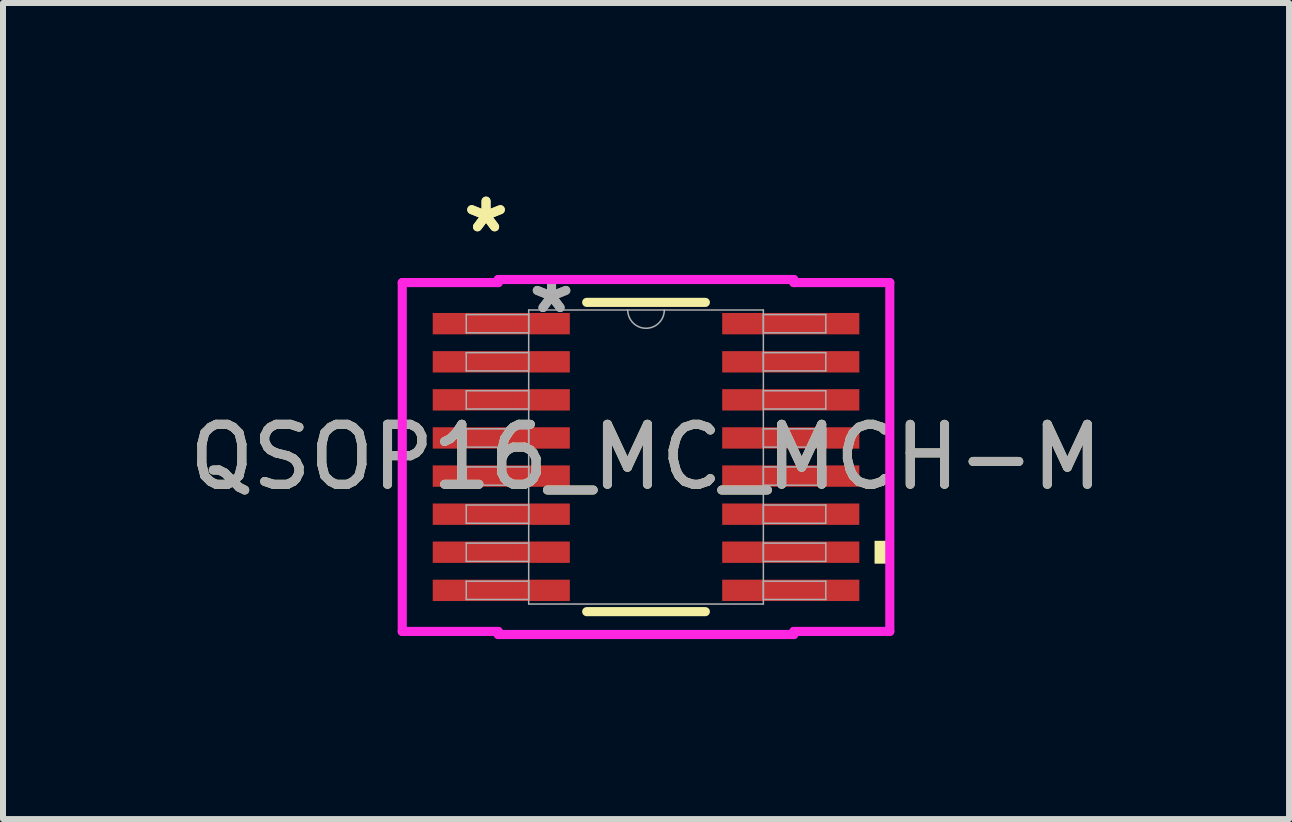
<source format=kicad_pcb>
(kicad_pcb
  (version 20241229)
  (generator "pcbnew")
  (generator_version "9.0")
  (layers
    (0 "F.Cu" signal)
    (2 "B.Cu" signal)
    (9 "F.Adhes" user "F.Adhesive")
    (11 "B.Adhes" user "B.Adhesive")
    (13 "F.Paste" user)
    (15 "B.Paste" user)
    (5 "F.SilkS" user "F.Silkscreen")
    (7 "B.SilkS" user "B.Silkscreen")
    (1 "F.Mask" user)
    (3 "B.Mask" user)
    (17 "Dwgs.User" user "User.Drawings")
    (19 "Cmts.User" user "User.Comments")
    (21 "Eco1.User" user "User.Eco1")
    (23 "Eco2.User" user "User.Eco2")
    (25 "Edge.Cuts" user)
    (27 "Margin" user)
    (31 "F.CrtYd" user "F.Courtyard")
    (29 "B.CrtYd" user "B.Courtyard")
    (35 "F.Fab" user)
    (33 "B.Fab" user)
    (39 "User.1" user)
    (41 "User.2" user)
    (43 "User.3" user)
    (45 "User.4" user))
  (footprint "QSOP16_MC_MCH-M"
    (layer "F.Cu")
    (at 7.72 4.569)
    (property "Reference" "QSOP16_MC_MCH-M" (at 0 0 0) (unlocked yes) (layer "F.SilkS") (effects (font (size 1 1) (thickness 0.15))))
    (attr smd)
    (fp_line (start -0.989 2.578) (end 0.989 2.578) (stroke (width 0.152) (type solid)) (layer "F.SilkS"))
    (fp_line (start 0.989 -2.578) (end -0.989 -2.578) (stroke (width 0.152) (type solid)) (layer "F.SilkS"))
    (fp_poly (pts (xy 4.064 1.397) (xy 4.064 1.778) (xy 3.81 1.778) (xy 3.81 1.397)) (stroke (width 0) (type solid)) (fill yes) (layer "F.SilkS"))
    (fp_line (start -4.064 -2.908) (end -2.464 -2.908) (stroke (width 0.152) (type solid)) (layer "F.CrtYd"))
    (fp_line (start -4.064 2.908) (end -4.064 -2.908) (stroke (width 0.152) (type solid)) (layer "F.CrtYd"))
    (fp_line (start -4.064 2.908) (end -2.464 2.908) (stroke (width 0.152) (type solid)) (layer "F.CrtYd"))
    (fp_line (start -2.464 -2.959) (end 2.464 -2.959) (stroke (width 0.152) (type solid)) (layer "F.CrtYd"))
    (fp_line (start -2.464 -2.908) (end -2.464 -2.959) (stroke (width 0.152) (type solid)) (layer "F.CrtYd"))
    (fp_line (start -2.464 2.959) (end -2.464 2.908) (stroke (width 0.152) (type solid)) (layer "F.CrtYd"))
    (fp_line (start 2.464 -2.959) (end 2.464 -2.908) (stroke (width 0.152) (type solid)) (layer "F.CrtYd"))
    (fp_line (start 2.464 2.908) (end 2.464 2.959) (stroke (width 0.152) (type solid)) (layer "F.CrtYd"))
    (fp_line (start 2.464 2.959) (end -2.464 2.959) (stroke (width 0.152) (type solid)) (layer "F.CrtYd"))
    (fp_line (start 4.064 -2.908) (end 2.464 -2.908) (stroke (width 0.152) (type solid)) (layer "F.CrtYd"))
    (fp_line (start 4.064 -2.908) (end 4.064 2.908) (stroke (width 0.152) (type solid)) (layer "F.CrtYd"))
    (fp_line (start 4.064 2.908) (end 2.464 2.908) (stroke (width 0.152) (type solid)) (layer "F.CrtYd"))
    (fp_line (start -2.997 -2.375) (end -2.997 -2.07) (stroke (width 0.025) (type solid)) (layer "F.Fab"))
    (fp_line (start -2.997 -2.07) (end -1.956 -2.07) (stroke (width 0.025) (type solid)) (layer "F.Fab"))
    (fp_line (start -2.997 -1.74) (end -2.997 -1.435) (stroke (width 0.025) (type solid)) (layer "F.Fab"))
    (fp_line (start -2.997 -1.435) (end -1.956 -1.435) (stroke (width 0.025) (type solid)) (layer "F.Fab"))
    (fp_line (start -2.997 -1.105) (end -2.997 -0.8) (stroke (width 0.025) (type solid)) (layer "F.Fab"))
    (fp_line (start -2.997 -0.8) (end -1.956 -0.8) (stroke (width 0.025) (type solid)) (layer "F.Fab"))
    (fp_line (start -2.997 -0.47) (end -2.997 -0.165) (stroke (width 0.025) (type solid)) (layer "F.Fab"))
    (fp_line (start -2.997 -0.165) (end -1.956 -0.165) (stroke (width 0.025) (type solid)) (layer "F.Fab"))
    (fp_line (start -2.997 0.165) (end -2.997 0.47) (stroke (width 0.025) (type solid)) (layer "F.Fab"))
    (fp_line (start -2.997 0.47) (end -1.956 0.47) (stroke (width 0.025) (type solid)) (layer "F.Fab"))
    (fp_line (start -2.997 0.8) (end -2.997 1.105) (stroke (width 0.025) (type solid)) (layer "F.Fab"))
    (fp_line (start -2.997 1.105) (end -1.956 1.105) (stroke (width 0.025) (type solid)) (layer "F.Fab"))
    (fp_line (start -2.997 1.435) (end -2.997 1.74) (stroke (width 0.025) (type solid)) (layer "F.Fab"))
    (fp_line (start -2.997 1.74) (end -1.956 1.74) (stroke (width 0.025) (type solid)) (layer "F.Fab"))
    (fp_line (start -2.997 2.07) (end -2.997 2.375) (stroke (width 0.025) (type solid)) (layer "F.Fab"))
    (fp_line (start -2.997 2.375) (end -1.956 2.375) (stroke (width 0.025) (type solid)) (layer "F.Fab"))
    (fp_line (start -1.956 -2.451) (end -1.956 2.451) (stroke (width 0.025) (type solid)) (layer "F.Fab"))
    (fp_line (start -1.956 -2.375) (end -2.997 -2.375) (stroke (width 0.025) (type solid)) (layer "F.Fab"))
    (fp_line (start -1.956 -2.07) (end -1.956 -2.375) (stroke (width 0.025) (type solid)) (layer "F.Fab"))
    (fp_line (start -1.956 -1.74) (end -2.997 -1.74) (stroke (width 0.025) (type solid)) (layer "F.Fab"))
    (fp_line (start -1.956 -1.435) (end -1.956 -1.74) (stroke (width 0.025) (type solid)) (layer "F.Fab"))
    (fp_line (start -1.956 -1.105) (end -2.997 -1.105) (stroke (width 0.025) (type solid)) (layer "F.Fab"))
    (fp_line (start -1.956 -0.8) (end -1.956 -1.105) (stroke (width 0.025) (type solid)) (layer "F.Fab"))
    (fp_line (start -1.956 -0.47) (end -2.997 -0.47) (stroke (width 0.025) (type solid)) (layer "F.Fab"))
    (fp_line (start -1.956 -0.165) (end -1.956 -0.47) (stroke (width 0.025) (type solid)) (layer "F.Fab"))
    (fp_line (start -1.956 0.165) (end -2.997 0.165) (stroke (width 0.025) (type solid)) (layer "F.Fab"))
    (fp_line (start -1.956 0.47) (end -1.956 0.165) (stroke (width 0.025) (type solid)) (layer "F.Fab"))
    (fp_line (start -1.956 0.8) (end -2.997 0.8) (stroke (width 0.025) (type solid)) (layer "F.Fab"))
    (fp_line (start -1.956 1.105) (end -1.956 0.8) (stroke (width 0.025) (type solid)) (layer "F.Fab"))
    (fp_line (start -1.956 1.435) (end -2.997 1.435) (stroke (width 0.025) (type solid)) (layer "F.Fab"))
    (fp_line (start -1.956 1.74) (end -1.956 1.435) (stroke (width 0.025) (type solid)) (layer "F.Fab"))
    (fp_line (start -1.956 2.07) (end -2.997 2.07) (stroke (width 0.025) (type solid)) (layer "F.Fab"))
    (fp_line (start -1.956 2.375) (end -1.956 2.07) (stroke (width 0.025) (type solid)) (layer "F.Fab"))
    (fp_line (start -1.956 2.451) (end 1.956 2.451) (stroke (width 0.025) (type solid)) (layer "F.Fab"))
    (fp_line (start 1.956 -2.451) (end -1.956 -2.451) (stroke (width 0.025) (type solid)) (layer "F.Fab"))
    (fp_line (start 1.956 -2.375) (end 1.956 -2.07) (stroke (width 0.025) (type solid)) (layer "F.Fab"))
    (fp_line (start 1.956 -2.07) (end 2.997 -2.07) (stroke (width 0.025) (type solid)) (layer "F.Fab"))
    (fp_line (start 1.956 -1.74) (end 1.956 -1.435) (stroke (width 0.025) (type solid)) (layer "F.Fab"))
    (fp_line (start 1.956 -1.435) (end 2.997 -1.435) (stroke (width 0.025) (type solid)) (layer "F.Fab"))
    (fp_line (start 1.956 -1.105) (end 1.956 -0.8) (stroke (width 0.025) (type solid)) (layer "F.Fab"))
    (fp_line (start 1.956 -0.8) (end 2.997 -0.8) (stroke (width 0.025) (type solid)) (layer "F.Fab"))
    (fp_line (start 1.956 -0.47) (end 1.956 -0.165) (stroke (width 0.025) (type solid)) (layer "F.Fab"))
    (fp_line (start 1.956 -0.165) (end 2.997 -0.165) (stroke (width 0.025) (type solid)) (layer "F.Fab"))
    (fp_line (start 1.956 0.165) (end 1.956 0.47) (stroke (width 0.025) (type solid)) (layer "F.Fab"))
    (fp_line (start 1.956 0.47) (end 2.997 0.47) (stroke (width 0.025) (type solid)) (layer "F.Fab"))
    (fp_line (start 1.956 0.8) (end 1.956 1.105) (stroke (width 0.025) (type solid)) (layer "F.Fab"))
    (fp_line (start 1.956 1.105) (end 2.997 1.105) (stroke (width 0.025) (type solid)) (layer "F.Fab"))
    (fp_line (start 1.956 1.435) (end 1.956 1.74) (stroke (width 0.025) (type solid)) (layer "F.Fab"))
    (fp_line (start 1.956 1.74) (end 2.997 1.74) (stroke (width 0.025) (type solid)) (layer "F.Fab"))
    (fp_line (start 1.956 2.07) (end 1.956 2.375) (stroke (width 0.025) (type solid)) (layer "F.Fab"))
    (fp_line (start 1.956 2.375) (end 2.997 2.375) (stroke (width 0.025) (type solid)) (layer "F.Fab"))
    (fp_line (start 1.956 2.451) (end 1.956 -2.451) (stroke (width 0.025) (type solid)) (layer "F.Fab"))
    (fp_line (start 2.997 -2.375) (end 1.956 -2.375) (stroke (width 0.025) (type solid)) (layer "F.Fab"))
    (fp_line (start 2.997 -2.07) (end 2.997 -2.375) (stroke (width 0.025) (type solid)) (layer "F.Fab"))
    (fp_line (start 2.997 -1.74) (end 1.956 -1.74) (stroke (width 0.025) (type solid)) (layer "F.Fab"))
    (fp_line (start 2.997 -1.435) (end 2.997 -1.74) (stroke (width 0.025) (type solid)) (layer "F.Fab"))
    (fp_line (start 2.997 -1.105) (end 1.956 -1.105) (stroke (width 0.025) (type solid)) (layer "F.Fab"))
    (fp_line (start 2.997 -0.8) (end 2.997 -1.105) (stroke (width 0.025) (type solid)) (layer "F.Fab"))
    (fp_line (start 2.997 -0.47) (end 1.956 -0.47) (stroke (width 0.025) (type solid)) (layer "F.Fab"))
    (fp_line (start 2.997 -0.165) (end 2.997 -0.47) (stroke (width 0.025) (type solid)) (layer "F.Fab"))
    (fp_line (start 2.997 0.165) (end 1.956 0.165) (stroke (width 0.025) (type solid)) (layer "F.Fab"))
    (fp_line (start 2.997 0.47) (end 2.997 0.165) (stroke (width 0.025) (type solid)) (layer "F.Fab"))
    (fp_line (start 2.997 0.8) (end 1.956 0.8) (stroke (width 0.025) (type solid)) (layer "F.Fab"))
    (fp_line (start 2.997 1.105) (end 2.997 0.8) (stroke (width 0.025) (type solid)) (layer "F.Fab"))
    (fp_line (start 2.997 1.435) (end 1.956 1.435) (stroke (width 0.025) (type solid)) (layer "F.Fab"))
    (fp_line (start 2.997 1.74) (end 2.997 1.435) (stroke (width 0.025) (type solid)) (layer "F.Fab"))
    (fp_line (start 2.997 2.07) (end 1.956 2.07) (stroke (width 0.025) (type solid)) (layer "F.Fab"))
    (fp_line (start 2.997 2.375) (end 2.997 2.07) (stroke (width 0.025) (type solid)) (layer "F.Fab"))
    (fp_arc (start 0.3048 -2.4511) (mid 0 -2.1463) (end -0.3048 -2.4511) (stroke (width 0.0254) (type solid)) (layer "F.Fab"))
    (fp_text user "*" (at -2.667 -3.721 0) (layer "F.SilkS") (effects (font (size 1 1) (thickness 0.15))))
    (fp_text user "*" (at -2.667 -3.721 0) (unlocked yes) (layer "F.SilkS") (effects (font (size 1 1) (thickness 0.15))))
    (fp_text user "*" (at -1.575 -2.375 0) (unlocked yes) (layer "F.Fab") (effects (font (size 1 1) (thickness 0.15))))
    (fp_text user "*" (at -1.575 -2.375 0) (layer "F.Fab") (effects (font (size 1 1) (thickness 0.15))))
    (fp_text user "${REFERENCE}" (at 0 0 0) (unlocked yes) (layer "F.Fab") (effects (font (size 1 1) (thickness 0.15))))
    (pad "1" smd rect (at -2.413 -2.223) (size 2.286 0.356) (layers "F.Cu" "F.Mask" "F.Paste"))
    (pad "2" smd rect (at -2.413 -1.587) (size 2.286 0.356) (layers "F.Cu" "F.Mask" "F.Paste"))
    (pad "3" smd rect (at -2.413 -0.953) (size 2.286 0.356) (layers "F.Cu" "F.Mask" "F.Paste"))
    (pad "4" smd rect (at -2.413 -0.318) (size 2.286 0.356) (layers "F.Cu" "F.Mask" "F.Paste"))
    (pad "5" smd rect (at -2.413 0.318) (size 2.286 0.356) (layers "F.Cu" "F.Mask" "F.Paste"))
    (pad "6" smd rect (at -2.413 0.953) (size 2.286 0.356) (layers "F.Cu" "F.Mask" "F.Paste"))
    (pad "7" smd rect (at -2.413 1.587) (size 2.286 0.356) (layers "F.Cu" "F.Mask" "F.Paste"))
    (pad "8" smd rect (at -2.413 2.223) (size 2.286 0.356) (layers "F.Cu" "F.Mask" "F.Paste"))
    (pad "9" smd rect (at 2.413 2.223) (size 2.286 0.356) (layers "F.Cu" "F.Mask" "F.Paste"))
    (pad "10" smd rect (at 2.413 1.587) (size 2.286 0.356) (layers "F.Cu" "F.Mask" "F.Paste"))
    (pad "11" smd rect (at 2.413 0.953) (size 2.286 0.356) (layers "F.Cu" "F.Mask" "F.Paste"))
    (pad "12" smd rect (at 2.413 0.318) (size 2.286 0.356) (layers "F.Cu" "F.Mask" "F.Paste"))
    (pad "13" smd rect (at 2.413 -0.318) (size 2.286 0.356) (layers "F.Cu" "F.Mask" "F.Paste"))
    (pad "14" smd rect (at 2.413 -0.953) (size 2.286 0.356) (layers "F.Cu" "F.Mask" "F.Paste"))
    (pad "15" smd rect (at 2.413 -1.587) (size 2.286 0.356) (layers "F.Cu" "F.Mask" "F.Paste"))
    (pad "16" smd rect (at 2.413 -2.223) (size 2.286 0.356) (layers "F.Cu" "F.Mask" "F.Paste")))
  (gr_rect
    (start -3 -3)
    (end 18.44 10.605)
    (stroke (width 0.1) (type default))
    (fill no)
    (layer "Edge.Cuts")))
</source>
